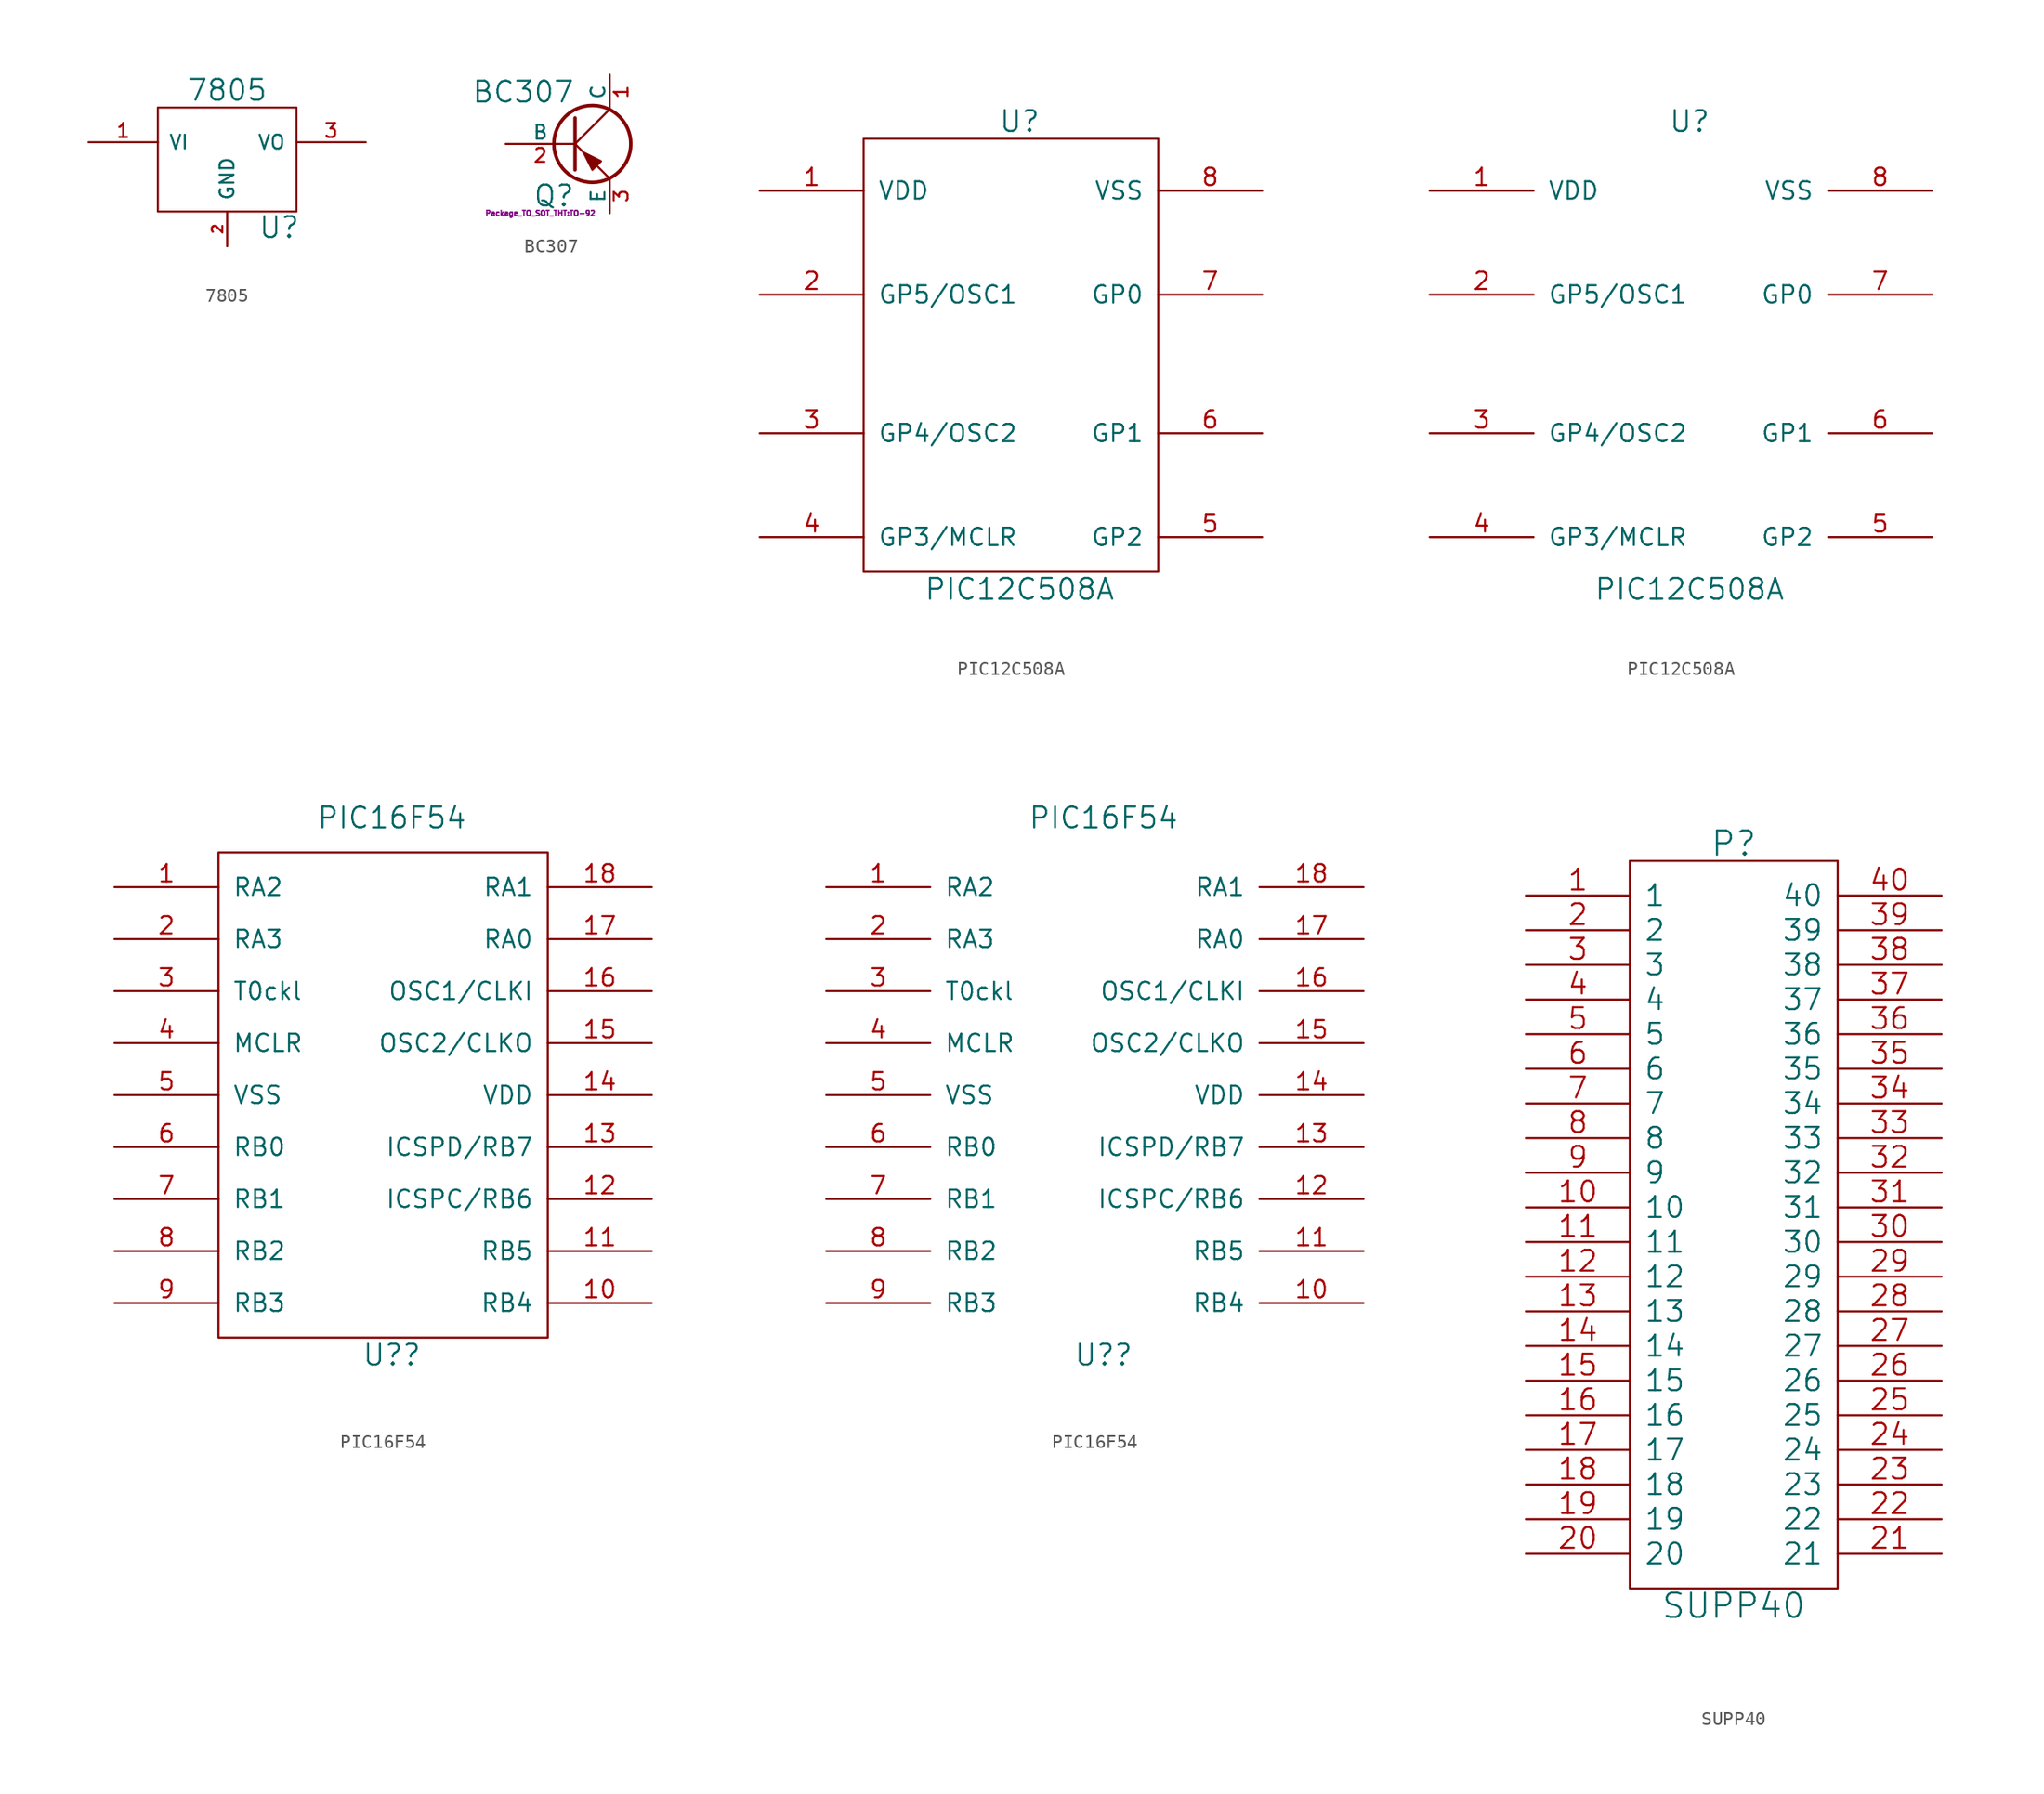
<source format=kicad_sym>
(kicad_symbol_lib
  (version 20230620)
  (generator kicad_symbol_editor)
  (symbol "7805"
    (pin_names
      (offset 0.762))
    (property "Reference" "U"
      (at 3.81 -4.978 0)
      (effects (font (size 1.524 1.524))))
    (property "Value" "7805"
      (at 0 5.08 0)
      (effects (font (size 1.524 1.524))))
    (property "Footprint" ""
      (at 1.27 -7.518 0)
      (effects (font (size 0.381 0.381))))
    (property "Datasheet" ""
      (at 0 0 0)
      (effects (font (size 1.524 1.524))))
    (symbol "7805_0_1"
      (rectangle (start -5.08 -3.81) (end 5.08 3.81) (stroke (width 0) (type default)) (fill (type none))))
    (symbol "7805_1_1"
      (pin input line (at -10.16 1.27 0) (length 5.08) (name "VI" (effects (font (size 1.016 1.016)))) (number "1" (effects (font (size 1.016 1.016)))))
      (pin input line (at 0 -6.35 90) (length 2.54) (name "GND" (effects (font (size 1.016 1.016)))) (number "2" (effects (font (size 0.762 0.762)))))
      (pin power_out line (at 10.16 1.27 180) (length 5.08) (name "VO" (effects (font (size 1.016 1.016)))) (number "3" (effects (font (size 1.016 1.016)))))))
  (symbol "BC307"
    (pin_names
      (offset 0))
    (property "Reference" "Q"
      (at 0 -3.81 0)
      (effects (font (size 1.524 1.524)) (justify right)))
    (property "Value" "BC307"
      (at 0 3.81 0)
      (effects (font (size 1.524 1.524)) (justify right)))
    (property "Footprint" "Package_TO_SOT_THT:TO-92"
      (at -2.54 -5.08 0)
      (effects (font (size 0.381 0.381))))
    (property "Datasheet" ""
      (at 0 0 0)
      (effects (font (size 1.524 1.524))))
    (symbol "BC307_0_1"
      (polyline (pts (xy 0 0) (xy 2.54 2.54)) (stroke (width 0) (type default)) (fill (type none)))
      (polyline (pts (xy 0 1.905) (xy 0 -1.905) (xy 0 -1.905)) (stroke (width 0.254) (type default)) (fill (type outline)))
      (polyline (pts (xy 0.635 -0.635) (xy 0 0) (xy 0 0)) (stroke (width 0) (type default)) (fill (type none)))
      (polyline (pts (xy 2.54 -2.54) (xy 1.651 -1.651) (xy 1.651 -1.651)) (stroke (width 0) (type default)) (fill (type none)))
      (polyline (pts (xy 0.635 -0.635) (xy 1.27 -1.905) (xy 1.905 -1.27) (xy 0.635 -0.635) (xy 0.635 -0.635)) (stroke (width 0) (type default)) (fill (type outline)))
      (circle (center 1.27 0) (radius 2.819) (stroke (width 0.254) (type default)) (fill (type none))))
    (symbol "BC307_1_1"
      (pin passive line (at 2.54 5.08 270) (length 2.54) (name "C" (effects (font (size 1.016 1.016)))) (number "1" (effects (font (size 1.016 1.016)))))
      (pin input line (at -5.08 0 0) (length 5.08) (name "B" (effects (font (size 1.016 1.016)))) (number "2" (effects (font (size 1.016 1.016)))))
      (pin passive line (at 2.54 -5.08 90) (length 2.54) (name "E" (effects (font (size 1.016 1.016)))) (number "3" (effects (font (size 1.016 1.016)))))))
  (symbol "PIC12C508A"
    (pin_names
      (offset 1.016))
    (property "Reference" "U"
      (at 0 17.78 0)
      (effects (font (size 1.524 1.524))))
    (property "Value" "PIC12C508A"
      (at 0 -16.51 0)
      (effects (font (size 1.524 1.524))))
    (property "Footprint" ""
      (at 0 0 0)
      (effects (font (size 1.524 1.524))))
    (property "Datasheet" ""
      (at 0 0 0)
      (effects (font (size 1.524 1.524))))
    (symbol "PIC12C508A_0_1"
      (rectangle (start 10.16 -15.24) (end -11.43 16.51) (stroke (width 0) (type default)) (fill (type none))))
    (symbol "PIC12C508A_1_1"
      (pin power_in line (at -19.05 12.7 0) (length 7.62) (name "VDD" (effects (font (size 1.27 1.27)))) (number "1" (effects (font (size 1.27 1.27)))))
      (pin input line (at -19.05 5.08 0) (length 7.62) (name "GP5/OSC1" (effects (font (size 1.27 1.27)))) (number "2" (effects (font (size 1.27 1.27)))))
      (pin input line (at -19.05 -5.08 0) (length 7.62) (name "GP4/OSC2" (effects (font (size 1.27 1.27)))) (number "3" (effects (font (size 1.27 1.27)))))
      (pin input line (at -19.05 -12.7 0) (length 7.62) (name "GP3/MCLR" (effects (font (size 1.27 1.27)))) (number "4" (effects (font (size 1.27 1.27)))))
      (pin input line (at 17.78 -12.7 180) (length 7.62) (name "GP2" (effects (font (size 1.27 1.27)))) (number "5" (effects (font (size 1.27 1.27)))))
      (pin input line (at 17.78 -5.08 180) (length 7.62) (name "GP1" (effects (font (size 1.27 1.27)))) (number "6" (effects (font (size 1.27 1.27)))))
      (pin input line (at 17.78 5.08 180) (length 7.62) (name "GP0" (effects (font (size 1.27 1.27)))) (number "7" (effects (font (size 1.27 1.27)))))
      (pin power_in line (at 17.78 12.7 180) (length 7.62) (name "VSS" (effects (font (size 1.27 1.27)))) (number "8" (effects (font (size 1.27 1.27))))))
    (symbol "PIC12C508A_1_2"
      (pin power_in line (at -19.05 12.7 0) (length 7.62) (name "VDD" (effects (font (size 1.27 1.27)))) (number "1" (effects (font (size 1.27 1.27)))))
      (pin input line (at -19.05 5.08 0) (length 7.62) (name "GP5/OSC1" (effects (font (size 1.27 1.27)))) (number "2" (effects (font (size 1.27 1.27)))))
      (pin input line (at -19.05 -5.08 0) (length 7.62) (name "GP4/OSC2" (effects (font (size 1.27 1.27)))) (number "3" (effects (font (size 1.27 1.27)))))
      (pin input line (at -19.05 -12.7 0) (length 7.62) (name "GP3/MCLR" (effects (font (size 1.27 1.27)))) (number "4" (effects (font (size 1.27 1.27)))))
      (pin input line (at 17.78 -12.7 180) (length 7.62) (name "GP2" (effects (font (size 1.27 1.27)))) (number "5" (effects (font (size 1.27 1.27)))))
      (pin input line (at 17.78 -5.08 180) (length 7.62) (name "GP1" (effects (font (size 1.27 1.27)))) (number "6" (effects (font (size 1.27 1.27)))))
      (pin input line (at 17.78 5.08 180) (length 7.62) (name "GP0" (effects (font (size 1.27 1.27)))) (number "7" (effects (font (size 1.27 1.27)))))
      (pin power_in line (at 17.78 12.7 180) (length 7.62) (name "VSS" (effects (font (size 1.27 1.27)))) (number "8" (effects (font (size 1.27 1.27)))))))
  (symbol "PIC16F54"
    (pin_names
      (offset 1.016))
    (property "Reference" "U?"
      (at 0 -19.05 0)
      (effects (font (size 1.524 1.524))))
    (property "Value" "PIC16F54"
      (at 0 20.32 0)
      (effects (font (size 1.524 1.524))))
    (property "Footprint" ""
      (at 0 0 0)
      (effects (font (size 1.524 1.524))))
    (property "Datasheet" ""
      (at 0 0 0)
      (effects (font (size 1.524 1.524))))
    (symbol "PIC16F54_0_1"
      (rectangle (start -12.7 17.78) (end 11.43 -17.78) (stroke (width 0) (type default)) (fill (type none))))
    (symbol "PIC16F54_1_1"
      (pin bidirectional line (at -20.32 15.24 0) (length 7.62) (name "RA2" (effects (font (size 1.27 1.27)))) (number "1" (effects (font (size 1.27 1.27)))))
      (pin bidirectional line (at 19.05 -15.24 180) (length 7.62) (name "RB4" (effects (font (size 1.27 1.27)))) (number "10" (effects (font (size 1.27 1.27)))))
      (pin bidirectional line (at 19.05 -11.43 180) (length 7.62) (name "RB5" (effects (font (size 1.27 1.27)))) (number "11" (effects (font (size 1.27 1.27)))))
      (pin bidirectional line (at 19.05 -7.62 180) (length 7.62) (name "ICSPC/RB6" (effects (font (size 1.27 1.27)))) (number "12" (effects (font (size 1.27 1.27)))))
      (pin bidirectional line (at 19.05 -3.81 180) (length 7.62) (name "ICSPD/RB7" (effects (font (size 1.27 1.27)))) (number "13" (effects (font (size 1.27 1.27)))))
      (pin power_in line (at 19.05 0 180) (length 7.62) (name "VDD" (effects (font (size 1.27 1.27)))) (number "14" (effects (font (size 1.27 1.27)))))
      (pin output line (at 19.05 3.81 180) (length 7.62) (name "OSC2/CLKO" (effects (font (size 1.27 1.27)))) (number "15" (effects (font (size 1.27 1.27)))))
      (pin input line (at 19.05 7.62 180) (length 7.62) (name "OSC1/CLKI" (effects (font (size 1.27 1.27)))) (number "16" (effects (font (size 1.27 1.27)))))
      (pin bidirectional line (at 19.05 11.43 180) (length 7.62) (name "RA0" (effects (font (size 1.27 1.27)))) (number "17" (effects (font (size 1.27 1.27)))))
      (pin bidirectional line (at 19.05 15.24 180) (length 7.62) (name "RA1" (effects (font (size 1.27 1.27)))) (number "18" (effects (font (size 1.27 1.27)))))
      (pin bidirectional line (at -20.32 11.43 0) (length 7.62) (name "RA3" (effects (font (size 1.27 1.27)))) (number "2" (effects (font (size 1.27 1.27)))))
      (pin output line (at -20.32 7.62 0) (length 7.62) (name "T0ckl" (effects (font (size 1.27 1.27)))) (number "3" (effects (font (size 1.27 1.27)))))
      (pin input line (at -20.32 3.81 0) (length 7.62) (name "MCLR" (effects (font (size 1.27 1.27)))) (number "4" (effects (font (size 1.27 1.27)))))
      (pin power_in line (at -20.32 0 0) (length 7.62) (name "VSS" (effects (font (size 1.27 1.27)))) (number "5" (effects (font (size 1.27 1.27)))))
      (pin bidirectional line (at -20.32 -3.81 0) (length 7.62) (name "RB0" (effects (font (size 1.27 1.27)))) (number "6" (effects (font (size 1.27 1.27)))))
      (pin bidirectional line (at -20.32 -7.62 0) (length 7.62) (name "RB1" (effects (font (size 1.27 1.27)))) (number "7" (effects (font (size 1.27 1.27)))))
      (pin bidirectional line (at -20.32 -11.43 0) (length 7.62) (name "RB2" (effects (font (size 1.27 1.27)))) (number "8" (effects (font (size 1.27 1.27)))))
      (pin bidirectional line (at -20.32 -15.24 0) (length 7.62) (name "RB3" (effects (font (size 1.27 1.27)))) (number "9" (effects (font (size 1.27 1.27))))))
    (symbol "PIC16F54_1_2"
      (pin bidirectional line (at -20.32 15.24 0) (length 7.62) (name "RA2" (effects (font (size 1.27 1.27)))) (number "1" (effects (font (size 1.27 1.27)))))
      (pin bidirectional line (at 19.05 -15.24 180) (length 7.62) (name "RB4" (effects (font (size 1.27 1.27)))) (number "10" (effects (font (size 1.27 1.27)))))
      (pin bidirectional line (at 19.05 -11.43 180) (length 7.62) (name "RB5" (effects (font (size 1.27 1.27)))) (number "11" (effects (font (size 1.27 1.27)))))
      (pin bidirectional line (at 19.05 -7.62 180) (length 7.62) (name "ICSPC/RB6" (effects (font (size 1.27 1.27)))) (number "12" (effects (font (size 1.27 1.27)))))
      (pin bidirectional line (at 19.05 -3.81 180) (length 7.62) (name "ICSPD/RB7" (effects (font (size 1.27 1.27)))) (number "13" (effects (font (size 1.27 1.27)))))
      (pin power_in line (at 19.05 0 180) (length 7.62) (name "VDD" (effects (font (size 1.27 1.27)))) (number "14" (effects (font (size 1.27 1.27)))))
      (pin output line (at 19.05 3.81 180) (length 7.62) (name "OSC2/CLKO" (effects (font (size 1.27 1.27)))) (number "15" (effects (font (size 1.27 1.27)))))
      (pin input line (at 19.05 7.62 180) (length 7.62) (name "OSC1/CLKI" (effects (font (size 1.27 1.27)))) (number "16" (effects (font (size 1.27 1.27)))))
      (pin bidirectional line (at 19.05 11.43 180) (length 7.62) (name "RA0" (effects (font (size 1.27 1.27)))) (number "17" (effects (font (size 1.27 1.27)))))
      (pin bidirectional line (at 19.05 15.24 180) (length 7.62) (name "RA1" (effects (font (size 1.27 1.27)))) (number "18" (effects (font (size 1.27 1.27)))))
      (pin bidirectional line (at -20.32 11.43 0) (length 7.62) (name "RA3" (effects (font (size 1.27 1.27)))) (number "2" (effects (font (size 1.27 1.27)))))
      (pin output line (at -20.32 7.62 0) (length 7.62) (name "T0ckl" (effects (font (size 1.27 1.27)))) (number "3" (effects (font (size 1.27 1.27)))))
      (pin input line (at -20.32 3.81 0) (length 7.62) (name "MCLR" (effects (font (size 1.27 1.27)))) (number "4" (effects (font (size 1.27 1.27)))))
      (pin power_in line (at -20.32 0 0) (length 7.62) (name "VSS" (effects (font (size 1.27 1.27)))) (number "5" (effects (font (size 1.27 1.27)))))
      (pin bidirectional line (at -20.32 -3.81 0) (length 7.62) (name "RB0" (effects (font (size 1.27 1.27)))) (number "6" (effects (font (size 1.27 1.27)))))
      (pin bidirectional line (at -20.32 -7.62 0) (length 7.62) (name "RB1" (effects (font (size 1.27 1.27)))) (number "7" (effects (font (size 1.27 1.27)))))
      (pin bidirectional line (at -20.32 -11.43 0) (length 7.62) (name "RB2" (effects (font (size 1.27 1.27)))) (number "8" (effects (font (size 1.27 1.27)))))
      (pin bidirectional line (at -20.32 -15.24 0) (length 7.62) (name "RB3" (effects (font (size 1.27 1.27)))) (number "9" (effects (font (size 1.27 1.27)))))))
  (symbol "SUPP40"
    (pin_names
      (offset 1.016))
    (property "Reference" "P"
      (at 0 27.94 0)
      (effects (font (size 1.778 1.778))))
    (property "Value" "SUPP40"
      (at 0 -27.94 0)
      (effects (font (size 1.778 1.778))))
    (property "Footprint" ""
      (at 0 0 0)
      (effects (font (size 1.524 1.524))))
    (property "Datasheet" ""
      (at 0 0 0)
      (effects (font (size 1.524 1.524))))
    (symbol "SUPP40_0_1"
      (rectangle (start -7.62 -26.67) (end 7.62 26.67) (stroke (width 0) (type default)) (fill (type none))))
    (symbol "SUPP40_1_1"
      (pin passive line (at -15.24 24.13 0) (length 7.62) (name "1" (effects (font (size 1.524 1.524)))) (number "1" (effects (font (size 1.524 1.524)))))
      (pin passive line (at -15.24 1.27 0) (length 7.62) (name "10" (effects (font (size 1.524 1.524)))) (number "10" (effects (font (size 1.524 1.524)))))
      (pin passive line (at -15.24 -1.27 0) (length 7.62) (name "11" (effects (font (size 1.524 1.524)))) (number "11" (effects (font (size 1.524 1.524)))))
      (pin passive line (at -15.24 -3.81 0) (length 7.62) (name "12" (effects (font (size 1.524 1.524)))) (number "12" (effects (font (size 1.524 1.524)))))
      (pin passive line (at -15.24 -6.35 0) (length 7.62) (name "13" (effects (font (size 1.524 1.524)))) (number "13" (effects (font (size 1.524 1.524)))))
      (pin passive line (at -15.24 -8.89 0) (length 7.62) (name "14" (effects (font (size 1.524 1.524)))) (number "14" (effects (font (size 1.524 1.524)))))
      (pin passive line (at -15.24 -11.43 0) (length 7.62) (name "15" (effects (font (size 1.524 1.524)))) (number "15" (effects (font (size 1.524 1.524)))))
      (pin passive line (at -15.24 -13.97 0) (length 7.62) (name "16" (effects (font (size 1.524 1.524)))) (number "16" (effects (font (size 1.524 1.524)))))
      (pin passive line (at -15.24 -16.51 0) (length 7.62) (name "17" (effects (font (size 1.524 1.524)))) (number "17" (effects (font (size 1.524 1.524)))))
      (pin passive line (at -15.24 -19.05 0) (length 7.62) (name "18" (effects (font (size 1.524 1.524)))) (number "18" (effects (font (size 1.524 1.524)))))
      (pin passive line (at -15.24 -21.59 0) (length 7.62) (name "19" (effects (font (size 1.524 1.524)))) (number "19" (effects (font (size 1.524 1.524)))))
      (pin passive line (at -15.24 21.59 0) (length 7.62) (name "2" (effects (font (size 1.524 1.524)))) (number "2" (effects (font (size 1.524 1.524)))))
      (pin passive line (at -15.24 -24.13 0) (length 7.62) (name "20" (effects (font (size 1.524 1.524)))) (number "20" (effects (font (size 1.524 1.524)))))
      (pin passive line (at 15.24 -24.13 180) (length 7.62) (name "21" (effects (font (size 1.524 1.524)))) (number "21" (effects (font (size 1.524 1.524)))))
      (pin passive line (at 15.24 -21.59 180) (length 7.62) (name "22" (effects (font (size 1.524 1.524)))) (number "22" (effects (font (size 1.524 1.524)))))
      (pin passive line (at 15.24 -19.05 180) (length 7.62) (name "23" (effects (font (size 1.524 1.524)))) (number "23" (effects (font (size 1.524 1.524)))))
      (pin passive line (at 15.24 -16.51 180) (length 7.62) (name "24" (effects (font (size 1.524 1.524)))) (number "24" (effects (font (size 1.524 1.524)))))
      (pin passive line (at 15.24 -13.97 180) (length 7.62) (name "25" (effects (font (size 1.524 1.524)))) (number "25" (effects (font (size 1.524 1.524)))))
      (pin passive line (at 15.24 -11.43 180) (length 7.62) (name "26" (effects (font (size 1.524 1.524)))) (number "26" (effects (font (size 1.524 1.524)))))
      (pin passive line (at 15.24 -8.89 180) (length 7.62) (name "27" (effects (font (size 1.524 1.524)))) (number "27" (effects (font (size 1.524 1.524)))))
      (pin passive line (at 15.24 -6.35 180) (length 7.62) (name "28" (effects (font (size 1.524 1.524)))) (number "28" (effects (font (size 1.524 1.524)))))
      (pin passive line (at 15.24 -3.81 180) (length 7.62) (name "29" (effects (font (size 1.524 1.524)))) (number "29" (effects (font (size 1.524 1.524)))))
      (pin passive line (at -15.24 19.05 0) (length 7.62) (name "3" (effects (font (size 1.524 1.524)))) (number "3" (effects (font (size 1.524 1.524)))))
      (pin passive line (at 15.24 -1.27 180) (length 7.62) (name "30" (effects (font (size 1.524 1.524)))) (number "30" (effects (font (size 1.524 1.524)))))
      (pin passive line (at 15.24 1.27 180) (length 7.62) (name "31" (effects (font (size 1.524 1.524)))) (number "31" (effects (font (size 1.524 1.524)))))
      (pin passive line (at 15.24 3.81 180) (length 7.62) (name "32" (effects (font (size 1.524 1.524)))) (number "32" (effects (font (size 1.524 1.524)))))
      (pin passive line (at 15.24 6.35 180) (length 7.62) (name "33" (effects (font (size 1.524 1.524)))) (number "33" (effects (font (size 1.524 1.524)))))
      (pin passive line (at 15.24 8.89 180) (length 7.62) (name "34" (effects (font (size 1.524 1.524)))) (number "34" (effects (font (size 1.524 1.524)))))
      (pin passive line (at 15.24 11.43 180) (length 7.62) (name "35" (effects (font (size 1.524 1.524)))) (number "35" (effects (font (size 1.524 1.524)))))
      (pin passive line (at 15.24 13.97 180) (length 7.62) (name "36" (effects (font (size 1.524 1.524)))) (number "36" (effects (font (size 1.524 1.524)))))
      (pin passive line (at 15.24 16.51 180) (length 7.62) (name "37" (effects (font (size 1.524 1.524)))) (number "37" (effects (font (size 1.524 1.524)))))
      (pin passive line (at 15.24 19.05 180) (length 7.62) (name "38" (effects (font (size 1.524 1.524)))) (number "38" (effects (font (size 1.524 1.524)))))
      (pin passive line (at 15.24 21.59 180) (length 7.62) (name "39" (effects (font (size 1.524 1.524)))) (number "39" (effects (font (size 1.524 1.524)))))
      (pin passive line (at -15.24 16.51 0) (length 7.62) (name "4" (effects (font (size 1.524 1.524)))) (number "4" (effects (font (size 1.524 1.524)))))
      (pin passive line (at 15.24 24.13 180) (length 7.62) (name "40" (effects (font (size 1.524 1.524)))) (number "40" (effects (font (size 1.524 1.524)))))
      (pin passive line (at -15.24 13.97 0) (length 7.62) (name "5" (effects (font (size 1.524 1.524)))) (number "5" (effects (font (size 1.524 1.524)))))
      (pin passive line (at -15.24 11.43 0) (length 7.62) (name "6" (effects (font (size 1.524 1.524)))) (number "6" (effects (font (size 1.524 1.524)))))
      (pin passive line (at -15.24 8.89 0) (length 7.62) (name "7" (effects (font (size 1.524 1.524)))) (number "7" (effects (font (size 1.524 1.524)))))
      (pin passive line (at -15.24 6.35 0) (length 7.62) (name "8" (effects (font (size 1.524 1.524)))) (number "8" (effects (font (size 1.524 1.524)))))
      (pin passive line (at -15.24 3.81 0) (length 7.62) (name "9" (effects (font (size 1.524 1.524)))) (number "9" (effects (font (size 1.524 1.524))))))))
</source>
